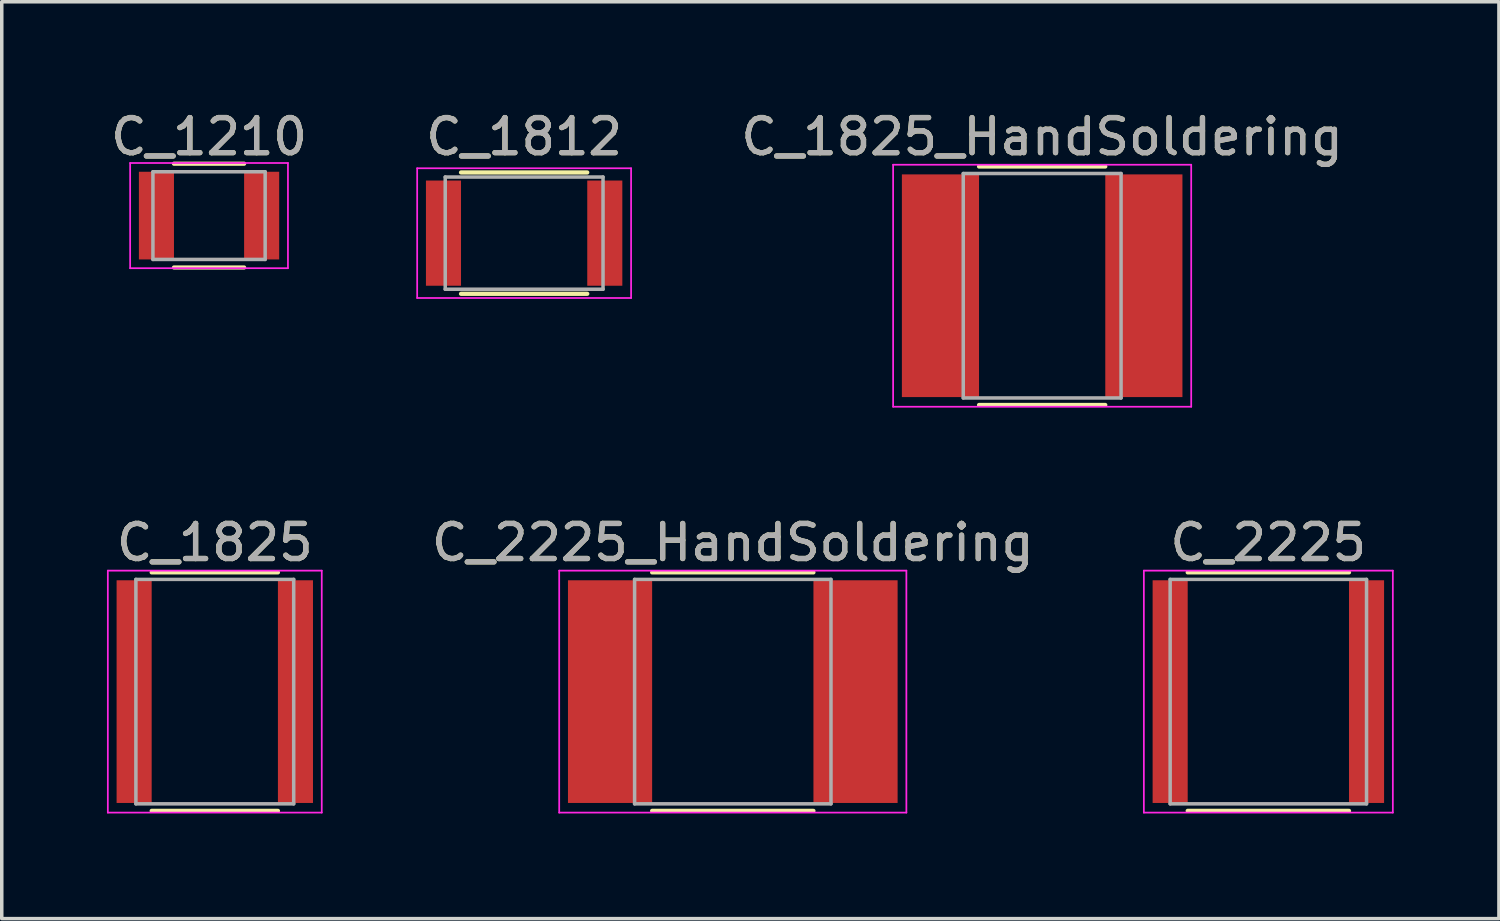
<source format=kicad_pcb>
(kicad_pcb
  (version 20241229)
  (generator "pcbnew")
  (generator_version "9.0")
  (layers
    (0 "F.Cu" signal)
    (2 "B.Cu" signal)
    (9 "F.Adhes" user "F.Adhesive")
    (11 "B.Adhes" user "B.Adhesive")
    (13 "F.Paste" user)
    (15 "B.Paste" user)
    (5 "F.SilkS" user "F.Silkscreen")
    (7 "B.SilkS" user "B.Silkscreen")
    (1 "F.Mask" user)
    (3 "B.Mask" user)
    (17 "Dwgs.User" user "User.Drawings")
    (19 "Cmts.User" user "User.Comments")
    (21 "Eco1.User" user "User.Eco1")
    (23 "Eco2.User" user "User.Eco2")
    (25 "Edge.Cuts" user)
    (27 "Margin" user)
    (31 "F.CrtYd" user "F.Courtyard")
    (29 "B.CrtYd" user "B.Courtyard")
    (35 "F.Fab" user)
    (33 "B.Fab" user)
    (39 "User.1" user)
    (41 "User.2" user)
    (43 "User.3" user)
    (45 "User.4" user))
  (footprint "C_1812"
    (layer "F.Cu")
    (at 11.896 3.598)
    (property "Reference" "C_1812" (at 0 -2.75 0) (layer "F.SilkS") (effects (font (size 1 1) (thickness 0.15))))
    (attr smd)
    (fp_line (start -1.8 1.73) (end 1.8 1.73) (stroke (width 0.12) (type solid)) (layer "F.SilkS"))
    (fp_line (start 1.8 -1.73) (end -1.8 -1.73) (stroke (width 0.12) (type solid)) (layer "F.SilkS"))
    (fp_line (start -3.05 -1.85) (end -3.05 1.85) (stroke (width 0.05) (type solid)) (layer "F.CrtYd"))
    (fp_line (start -3.05 -1.85) (end 3.05 -1.85) (stroke (width 0.05) (type solid)) (layer "F.CrtYd"))
    (fp_line (start 3.05 1.85) (end -3.05 1.85) (stroke (width 0.05) (type solid)) (layer "F.CrtYd"))
    (fp_line (start 3.05 1.85) (end 3.05 -1.85) (stroke (width 0.05) (type solid)) (layer "F.CrtYd"))
    (fp_line (start -2.25 -1.6) (end 2.25 -1.6) (stroke (width 0.1) (type solid)) (layer "F.Fab"))
    (fp_line (start -2.25 1.6) (end -2.25 -1.6) (stroke (width 0.1) (type solid)) (layer "F.Fab"))
    (fp_line (start 2.25 -1.6) (end 2.25 1.6) (stroke (width 0.1) (type solid)) (layer "F.Fab"))
    (fp_line (start 2.25 1.6) (end -2.25 1.6) (stroke (width 0.1) (type solid)) (layer "F.Fab"))
    (fp_text user "${REFERENCE}" (at 0 -2.75 0) (layer "F.Fab") (effects (font (size 1 1) (thickness 0.15))))
    (pad "1" smd rect (at -2.3 0) (size 1 3) (layers "F.Cu" "F.Mask" "F.Paste"))
    (pad "2" smd rect (at 2.3 0) (size 1 3) (layers "F.Cu" "F.Mask" "F.Paste")))
  (footprint "C_1825_HandSoldering"
    (layer "F.Cu")
    (at 26.668 5.098)
    (property "Reference" "C_1825_HandSoldering" (at 0 -4.25 0) (layer "F.SilkS") (effects (font (size 1 1) (thickness 0.15))))
    (attr smd)
    (fp_line (start -1.8 3.4) (end 1.8 3.4) (stroke (width 0.12) (type solid)) (layer "F.SilkS"))
    (fp_line (start 1.8 -3.4) (end -1.8 -3.4) (stroke (width 0.12) (type solid)) (layer "F.SilkS"))
    (fp_line (start -4.25 -3.45) (end -4.25 3.45) (stroke (width 0.05) (type solid)) (layer "F.CrtYd"))
    (fp_line (start -4.25 -3.45) (end 4.25 -3.45) (stroke (width 0.05) (type solid)) (layer "F.CrtYd"))
    (fp_line (start 4.25 3.45) (end -4.25 3.45) (stroke (width 0.05) (type solid)) (layer "F.CrtYd"))
    (fp_line (start 4.25 3.45) (end 4.25 -3.45) (stroke (width 0.05) (type solid)) (layer "F.CrtYd"))
    (fp_line (start -2.25 -3.2) (end 2.25 -3.2) (stroke (width 0.1) (type solid)) (layer "F.Fab"))
    (fp_line (start -2.25 3.2) (end -2.25 -3.2) (stroke (width 0.1) (type solid)) (layer "F.Fab"))
    (fp_line (start 2.25 -3.2) (end 2.25 3.2) (stroke (width 0.1) (type solid)) (layer "F.Fab"))
    (fp_line (start 2.25 3.2) (end -2.25 3.2) (stroke (width 0.1) (type solid)) (layer "F.Fab"))
    (fp_text user "${REFERENCE}" (at 0 -4.25 0) (layer "F.Fab") (effects (font (size 1 1) (thickness 0.15))))
    (pad "1" smd rect (at -2.9 0) (size 2.2 6.35) (layers "F.Cu" "F.Mask" "F.Paste"))
    (pad "2" smd rect (at 2.9 0) (size 2.2 6.35) (layers "F.Cu" "F.Mask" "F.Paste")))
  (footprint "C_1210"
    (layer "F.Cu")
    (at 2.911 3.098)
    (property "Reference" "C_1210" (at 0 -2.25 0) (layer "F.SilkS") (effects (font (size 1 1) (thickness 0.15))))
    (attr smd)
    (fp_line (start -1 1.48) (end 1 1.48) (stroke (width 0.12) (type solid)) (layer "F.SilkS"))
    (fp_line (start 1 -1.48) (end -1 -1.48) (stroke (width 0.12) (type solid)) (layer "F.SilkS"))
    (fp_line (start -2.25 -1.5) (end -2.25 1.5) (stroke (width 0.05) (type solid)) (layer "F.CrtYd"))
    (fp_line (start -2.25 -1.5) (end 2.25 -1.5) (stroke (width 0.05) (type solid)) (layer "F.CrtYd"))
    (fp_line (start 2.25 1.5) (end -2.25 1.5) (stroke (width 0.05) (type solid)) (layer "F.CrtYd"))
    (fp_line (start 2.25 1.5) (end 2.25 -1.5) (stroke (width 0.05) (type solid)) (layer "F.CrtYd"))
    (fp_line (start -1.6 -1.25) (end 1.6 -1.25) (stroke (width 0.1) (type solid)) (layer "F.Fab"))
    (fp_line (start -1.6 1.25) (end -1.6 -1.25) (stroke (width 0.1) (type solid)) (layer "F.Fab"))
    (fp_line (start 1.6 -1.25) (end 1.6 1.25) (stroke (width 0.1) (type solid)) (layer "F.Fab"))
    (fp_line (start 1.6 1.25) (end -1.6 1.25) (stroke (width 0.1) (type solid)) (layer "F.Fab"))
    (fp_text user "${REFERENCE}" (at 0 -2.25 0) (layer "F.Fab") (effects (font (size 1 1) (thickness 0.15))))
    (pad "1" smd rect (at -1.5 0) (size 1 2.5) (layers "F.Cu" "F.Mask" "F.Paste"))
    (pad "2" smd rect (at 1.5 0) (size 1 2.5) (layers "F.Cu" "F.Mask" "F.Paste")))
  (footprint "C_2225"
    (layer "F.Cu")
    (at 33.118 16.672)
    (property "Reference" "C_2225" (at 0 -4.25 0) (layer "F.SilkS") (effects (font (size 1 1) (thickness 0.15))))
    (attr smd)
    (fp_line (start -2.3 3.4) (end 2.3 3.4) (stroke (width 0.12) (type solid)) (layer "F.SilkS"))
    (fp_line (start 2.3 -3.4) (end -2.3 -3.4) (stroke (width 0.12) (type solid)) (layer "F.SilkS"))
    (fp_line (start -3.55 -3.45) (end -3.55 3.45) (stroke (width 0.05) (type solid)) (layer "F.CrtYd"))
    (fp_line (start -3.55 -3.45) (end 3.55 -3.45) (stroke (width 0.05) (type solid)) (layer "F.CrtYd"))
    (fp_line (start 3.55 3.45) (end -3.55 3.45) (stroke (width 0.05) (type solid)) (layer "F.CrtYd"))
    (fp_line (start 3.55 3.45) (end 3.55 -3.45) (stroke (width 0.05) (type solid)) (layer "F.CrtYd"))
    (fp_line (start -2.8 -3.2) (end 2.8 -3.2) (stroke (width 0.1) (type solid)) (layer "F.Fab"))
    (fp_line (start -2.8 3.2) (end -2.8 -3.2) (stroke (width 0.1) (type solid)) (layer "F.Fab"))
    (fp_line (start 2.8 -3.2) (end 2.8 3.2) (stroke (width 0.1) (type solid)) (layer "F.Fab"))
    (fp_line (start 2.8 3.2) (end -2.8 3.2) (stroke (width 0.1) (type solid)) (layer "F.Fab"))
    (fp_text user "${REFERENCE}" (at 0 -4.25 0) (layer "F.Fab") (effects (font (size 1 1) (thickness 0.15))))
    (pad "1" smd rect (at -2.8 0) (size 1 6.35) (layers "F.Cu" "F.Mask" "F.Paste"))
    (pad "2" smd rect (at 2.8 0) (size 1 6.35) (layers "F.Cu" "F.Mask" "F.Paste")))
  (footprint "C_1825"
    (layer "F.Cu")
    (at 3.075 16.672)
    (property "Reference" "C_1825" (at 0 -4.25 0) (layer "F.SilkS") (effects (font (size 1 1) (thickness 0.15))))
    (attr smd)
    (fp_line (start -1.8 3.4) (end 1.8 3.4) (stroke (width 0.12) (type solid)) (layer "F.SilkS"))
    (fp_line (start 1.8 -3.4) (end -1.8 -3.4) (stroke (width 0.12) (type solid)) (layer "F.SilkS"))
    (fp_line (start -3.05 -3.45) (end -3.05 3.45) (stroke (width 0.05) (type solid)) (layer "F.CrtYd"))
    (fp_line (start -3.05 -3.45) (end 3.05 -3.45) (stroke (width 0.05) (type solid)) (layer "F.CrtYd"))
    (fp_line (start 3.05 3.45) (end -3.05 3.45) (stroke (width 0.05) (type solid)) (layer "F.CrtYd"))
    (fp_line (start 3.05 3.45) (end 3.05 -3.45) (stroke (width 0.05) (type solid)) (layer "F.CrtYd"))
    (fp_line (start -2.25 -3.2) (end 2.25 -3.2) (stroke (width 0.1) (type solid)) (layer "F.Fab"))
    (fp_line (start -2.25 3.2) (end -2.25 -3.2) (stroke (width 0.1) (type solid)) (layer "F.Fab"))
    (fp_line (start 2.25 -3.2) (end 2.25 3.2) (stroke (width 0.1) (type solid)) (layer "F.Fab"))
    (fp_line (start 2.25 3.2) (end -2.25 3.2) (stroke (width 0.1) (type solid)) (layer "F.Fab"))
    (fp_text user "${REFERENCE}" (at 0 -4.25 0) (layer "F.Fab") (effects (font (size 1 1) (thickness 0.15))))
    (pad "1" smd rect (at -2.3 0) (size 1 6.35) (layers "F.Cu" "F.Mask" "F.Paste"))
    (pad "2" smd rect (at 2.3 0) (size 1 6.35) (layers "F.Cu" "F.Mask" "F.Paste")))
  (footprint "C_2225_HandSoldering"
    (layer "F.Cu")
    (at 17.846 16.672)
    (property "Reference" "C_2225_HandSoldering" (at 0 -4.25 0) (layer "F.SilkS") (effects (font (size 1 1) (thickness 0.15))))
    (attr smd)
    (fp_line (start -2.3 3.4) (end 2.3 3.4) (stroke (width 0.12) (type solid)) (layer "F.SilkS"))
    (fp_line (start 2.3 -3.4) (end -2.3 -3.4) (stroke (width 0.12) (type solid)) (layer "F.SilkS"))
    (fp_line (start -4.95 -3.45) (end -4.95 3.45) (stroke (width 0.05) (type solid)) (layer "F.CrtYd"))
    (fp_line (start -4.95 -3.45) (end 4.95 -3.45) (stroke (width 0.05) (type solid)) (layer "F.CrtYd"))
    (fp_line (start 4.95 3.45) (end -4.95 3.45) (stroke (width 0.05) (type solid)) (layer "F.CrtYd"))
    (fp_line (start 4.95 3.45) (end 4.95 -3.45) (stroke (width 0.05) (type solid)) (layer "F.CrtYd"))
    (fp_line (start -2.8 -3.2) (end 2.8 -3.2) (stroke (width 0.1) (type solid)) (layer "F.Fab"))
    (fp_line (start -2.8 3.2) (end -2.8 -3.2) (stroke (width 0.1) (type solid)) (layer "F.Fab"))
    (fp_line (start 2.8 -3.2) (end 2.8 3.2) (stroke (width 0.1) (type solid)) (layer "F.Fab"))
    (fp_line (start 2.8 3.2) (end -2.8 3.2) (stroke (width 0.1) (type solid)) (layer "F.Fab"))
    (fp_text user "${REFERENCE}" (at 0 -4.25 0) (layer "F.Fab") (effects (font (size 1 1) (thickness 0.15))))
    (pad "1" smd rect (at -3.5 0) (size 2.4 6.35) (layers "F.Cu" "F.Mask" "F.Paste"))
    (pad "2" smd rect (at 3.5 0) (size 2.4 6.35) (layers "F.Cu" "F.Mask" "F.Paste")))
  (gr_rect
    (start -3 -3)
    (end 39.693 23.146)
    (stroke (width 0.1) (type default))
    (fill no)
    (layer "Edge.Cuts")))
</source>
